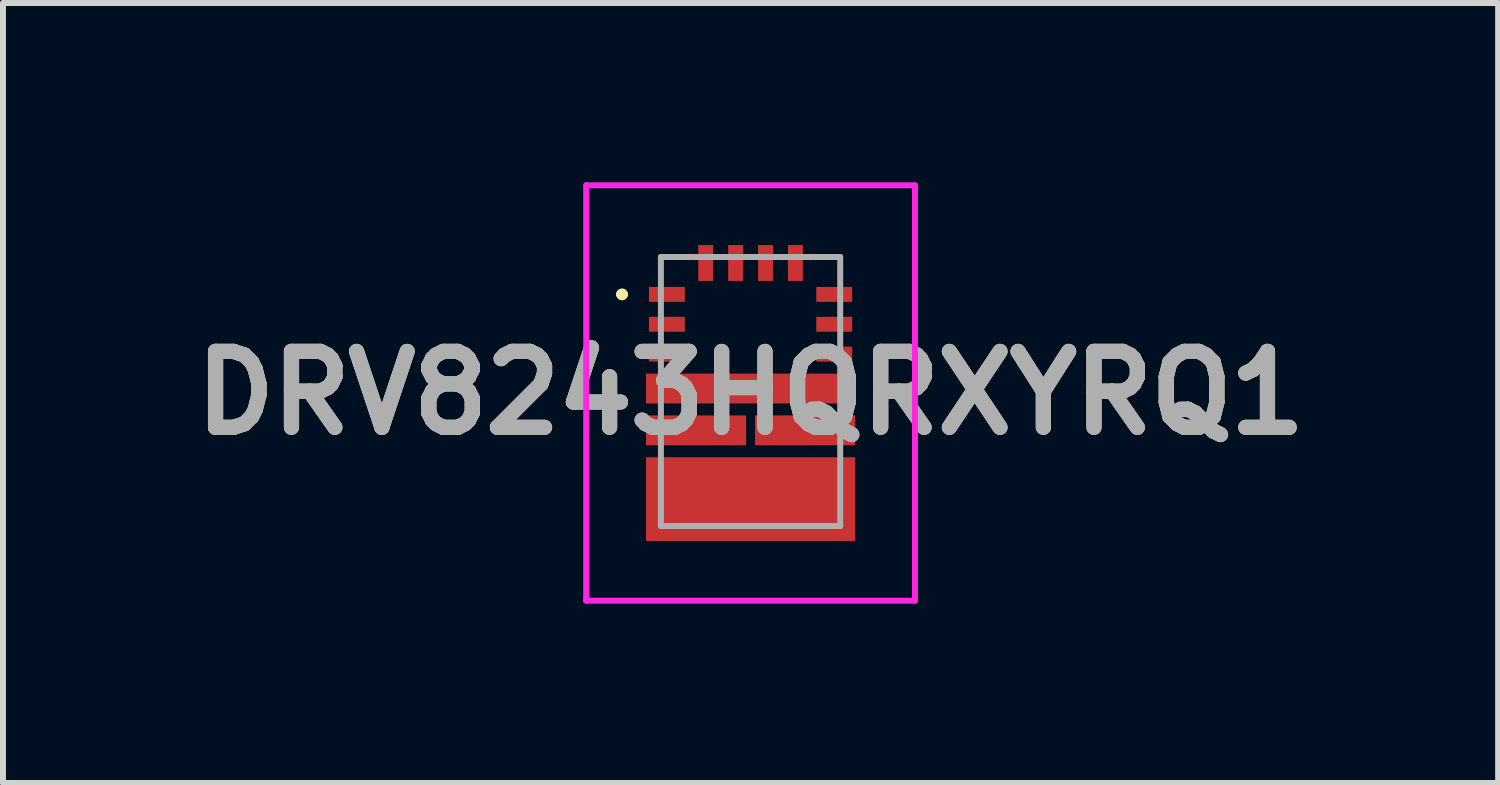
<source format=kicad_pcb>
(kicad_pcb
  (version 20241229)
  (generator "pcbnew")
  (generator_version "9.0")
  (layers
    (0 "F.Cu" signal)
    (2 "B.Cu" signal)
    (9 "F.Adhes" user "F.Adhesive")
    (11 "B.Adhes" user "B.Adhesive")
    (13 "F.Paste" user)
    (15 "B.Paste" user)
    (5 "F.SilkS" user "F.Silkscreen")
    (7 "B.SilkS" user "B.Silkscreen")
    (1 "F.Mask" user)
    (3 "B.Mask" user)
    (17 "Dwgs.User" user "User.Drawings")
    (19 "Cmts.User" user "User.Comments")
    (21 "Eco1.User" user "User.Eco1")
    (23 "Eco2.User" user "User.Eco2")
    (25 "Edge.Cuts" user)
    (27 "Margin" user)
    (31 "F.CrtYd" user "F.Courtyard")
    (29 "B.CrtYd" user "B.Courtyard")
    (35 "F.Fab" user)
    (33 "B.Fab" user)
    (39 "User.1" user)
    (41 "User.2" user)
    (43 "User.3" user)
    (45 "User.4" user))
  (footprint "DRV8243HQRXYRQ1"
    (layer "F.Cu")
    (at 9.507 3.5)
    (property "Reference" "DRV8243HQRXYRQ1" (at 0 0.025 0) (layer "F.SilkS") (effects (font (size 1.27 1.27) (thickness 0.254))))
    (attr smd)
    (fp_line (start -2.2 -1.625) (end -2.2 -1.625) (stroke (width 0.1) (type solid)) (layer "F.SilkS"))
    (fp_line (start -2.1 -1.625) (end -2.1 -1.625) (stroke (width 0.1) (type solid)) (layer "F.SilkS"))
    (fp_arc (start -2.2 -1.625) (mid -2.15 -1.675) (end -2.1 -1.625) (stroke (width 0.1) (type solid)) (layer "F.SilkS"))
    (fp_arc (start -2.1 -1.625) (mid -2.15 -1.575) (end -2.2 -1.625) (stroke (width 0.1) (type solid)) (layer "F.SilkS"))
    (fp_line (start -2.75 -3.45) (end 2.75 -3.45) (stroke (width 0.1) (type solid)) (layer "F.CrtYd"))
    (fp_line (start -2.75 3.5) (end -2.75 -3.45) (stroke (width 0.1) (type solid)) (layer "F.CrtYd"))
    (fp_line (start 2.75 -3.45) (end 2.75 3.5) (stroke (width 0.1) (type solid)) (layer "F.CrtYd"))
    (fp_line (start 2.75 3.5) (end -2.75 3.5) (stroke (width 0.1) (type solid)) (layer "F.CrtYd"))
    (fp_line (start -1.5 -2.25) (end 1.5 -2.25) (stroke (width 0.1) (type solid)) (layer "F.Fab"))
    (fp_line (start -1.5 2.25) (end -1.5 -2.25) (stroke (width 0.1) (type solid)) (layer "F.Fab"))
    (fp_line (start 1.5 -2.25) (end 1.5 2.25) (stroke (width 0.1) (type solid)) (layer "F.Fab"))
    (fp_line (start 1.5 2.25) (end -1.5 2.25) (stroke (width 0.1) (type solid)) (layer "F.Fab"))
    (fp_text user "${REFERENCE}" (at 0 0.025 0) (layer "F.Fab") (effects (font (size 1.27 1.27) (thickness 0.254))))
    (pad "1" smd rect (at -1.4 -1.625 90) (size 0.25 0.6) (layers "F.Cu" "F.Mask" "F.Paste"))
    (pad "2" smd rect (at -1.4 -1.125 90) (size 0.25 0.6) (layers "F.Cu" "F.Mask" "F.Paste"))
    (pad "3" smd rect (at -1.4 -0.625 90) (size 0.25 0.6) (layers "F.Cu" "F.Mask" "F.Paste"))
    (pad "4" smd rect (at 0 -0.05 90) (size 0.5 3.5) (layers "F.Cu" "F.Mask" "F.Paste"))
    (pad "5" smd rect (at -0.912 0.65 90) (size 0.5 1.675) (layers "F.Cu" "F.Mask" "F.Paste"))
    (pad "6" smd rect (at 0 1.8 90) (size 1.4 3.5) (layers "F.Cu" "F.Mask" "F.Paste"))
    (pad "7" smd rect (at 0.912 0.65 90) (size 0.5 1.675) (layers "F.Cu" "F.Mask" "F.Paste"))
    (pad "8" smd rect (at 1.4 -0.625 90) (size 0.25 0.6) (layers "F.Cu" "F.Mask" "F.Paste"))
    (pad "9" smd rect (at 1.4 -1.125 90) (size 0.25 0.6) (layers "F.Cu" "F.Mask" "F.Paste"))
    (pad "10" smd rect (at 1.4 -1.625 90) (size 0.25 0.6) (layers "F.Cu" "F.Mask" "F.Paste"))
    (pad "11" smd rect (at 0.75 -2.15) (size 0.25 0.6) (layers "F.Cu" "F.Mask" "F.Paste"))
    (pad "12" smd rect (at 0.25 -2.15) (size 0.25 0.6) (layers "F.Cu" "F.Mask" "F.Paste"))
    (pad "13" smd rect (at -0.25 -2.15) (size 0.25 0.6) (layers "F.Cu" "F.Mask" "F.Paste"))
    (pad "14" smd rect (at -0.75 -2.15) (size 0.25 0.6) (layers "F.Cu" "F.Mask" "F.Paste")))
  (gr_rect
    (start -3 -3)
    (end 22.014 10.05)
    (stroke (width 0.1) (type default))
    (fill no)
    (layer "Edge.Cuts")))
</source>
